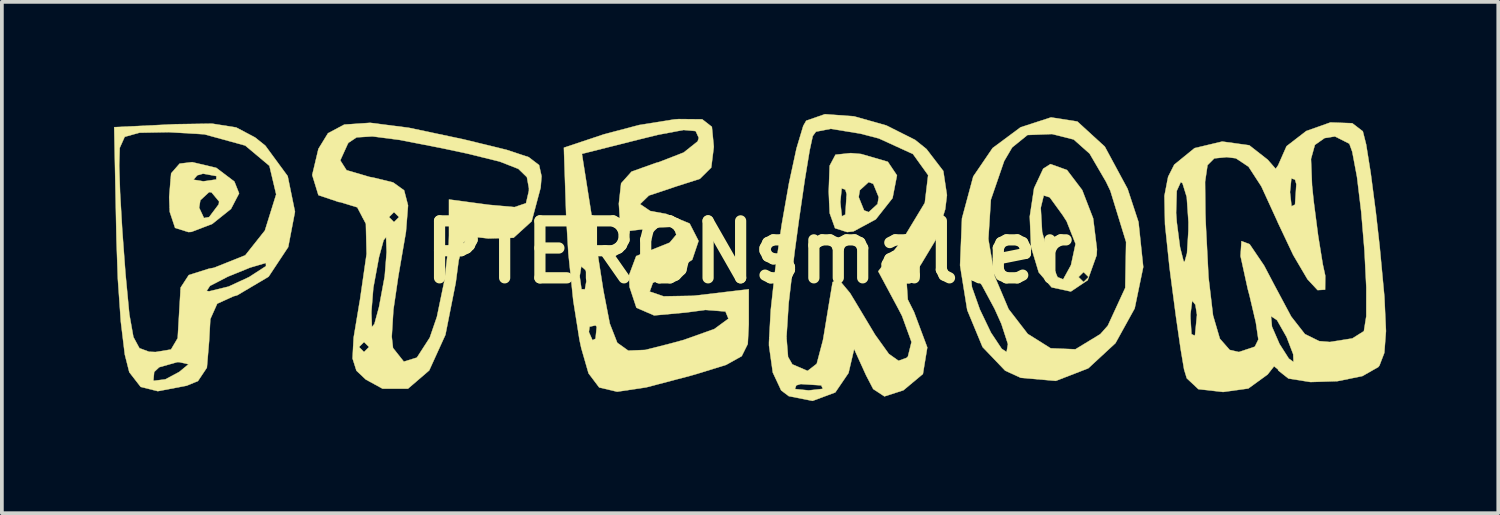
<source format=kicad_pcb>
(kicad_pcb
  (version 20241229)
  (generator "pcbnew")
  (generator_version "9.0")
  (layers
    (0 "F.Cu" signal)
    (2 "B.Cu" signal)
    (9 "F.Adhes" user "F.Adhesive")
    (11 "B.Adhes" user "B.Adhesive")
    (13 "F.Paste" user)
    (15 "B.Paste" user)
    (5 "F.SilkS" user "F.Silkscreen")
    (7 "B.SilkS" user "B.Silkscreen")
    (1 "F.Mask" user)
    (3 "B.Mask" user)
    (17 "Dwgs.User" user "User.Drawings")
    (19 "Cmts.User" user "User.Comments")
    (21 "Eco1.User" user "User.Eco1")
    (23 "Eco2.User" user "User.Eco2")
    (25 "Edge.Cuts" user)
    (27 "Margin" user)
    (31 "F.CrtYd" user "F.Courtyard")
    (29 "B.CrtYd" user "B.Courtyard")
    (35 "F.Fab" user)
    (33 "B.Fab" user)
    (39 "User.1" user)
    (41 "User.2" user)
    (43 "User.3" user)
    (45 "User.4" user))
  (footprint "PTERONsmaller"
    (layer "F.Cu")
    (at 16.983 3.694)
    (property "Reference" "PTERONsmaller" (at 0 0 0) (layer "F.SilkS") (effects (font (size 1.524 1.524) (thickness 0.3))))
    (attr through_hole)
    (fp_poly (pts (xy -14.246 -2.253) (xy -13.762 -1.887) (xy -13.636 -1.57) (xy -13.853 -1.154) (xy -14.354 -0.753) (xy -14.912 -0.54) (xy -14.992 -0.535) (xy -15.349 -0.647) (xy -15.492 -1.077) (xy -15.496 -1.187) (xy -14.705 -1.187) (xy -14.576 -0.911) (xy -14.438 -0.936) (xy -14.181 -1.278) (xy -14.171 -1.353) (xy -14.374 -1.597) (xy -14.438 -1.604) (xy -14.673 -1.387) (xy -14.705 -1.187) (xy -15.496 -1.187) (xy -15.507 -1.471) (xy -15.469 -1.936) (xy -14.857 -1.936) (xy -14.594 -1.893) (xy -14.247 -1.942) (xy -14.243 -2.033) (xy -14.601 -2.097) (xy -14.755 -2.054) (xy -14.857 -1.936) (xy -15.469 -1.936) (xy -15.454 -2.107) (xy -15.228 -2.366) (xy -14.892 -2.406) (xy -14.246 -2.253)) (stroke (width 0.01) (type solid)) (fill yes) (layer "F.SilkS"))
    (fp_poly (pts (xy 3.006 -2.624) (xy 3.72 -2.416) (xy 3.965 -2.052) (xy 3.847 -1.444) (xy 3.399 -0.876) (xy 2.8 -0.553) (xy 2.632 -0.535) (xy 2.308 -0.639) (xy 2.165 -1.041) (xy 2.151 -1.337) (xy 2.449 -1.337) (xy 2.491 -0.957) (xy 2.583 -1.003) (xy 2.614 -1.471) (xy 2.941 -1.471) (xy 3.085 -1.115) (xy 3.208 -1.069) (xy 3.446 -1.286) (xy 3.476 -1.471) (xy 3.331 -1.826) (xy 3.208 -1.872) (xy 2.971 -1.655) (xy 2.941 -1.471) (xy 2.614 -1.471) (xy 2.619 -1.55) (xy 2.583 -1.671) (xy 2.486 -1.705) (xy 2.449 -1.337) (xy 2.151 -1.337) (xy 2.139 -1.621) (xy 2.164 -2.31) (xy 2.32 -2.605) (xy 2.728 -2.648) (xy 3.006 -2.624)) (stroke (width 0.01) (type solid)) (fill yes) (layer "F.SilkS"))
    (fp_poly (pts (xy 8.514 -2.195) (xy 8.921 -1.659) (xy 9.214 -0.901) (xy 9.316 -0.076) (xy 9.307 0.084) (xy 9.068 0.753) (xy 8.617 1.055) (xy 8.103 0.944) (xy 7.757 0.541) (xy 7.552 -0.139) (xy 7.518 -0.95) (xy 7.554 -1.186) (xy 7.812 -1.186) (xy 7.849 -0.539) (xy 8.038 0.151) (xy 8.262 0.671) (xy 8.413 0.73) (xy 8.446 0.668) (xy 8.823 0.668) (xy 8.957 0.802) (xy 9.091 0.668) (xy 8.957 0.535) (xy 8.823 0.668) (xy 8.446 0.668) (xy 8.61 0.369) (xy 8.622 0.343) (xy 8.743 -0.219) (xy 8.504 -0.824) (xy 8.395 -0.993) (xy 8.053 -1.464) (xy 7.892 -1.514) (xy 7.812 -1.186) (xy 7.554 -1.186) (xy 7.633 -1.708) (xy 7.878 -2.231) (xy 8.072 -2.354) (xy 8.514 -2.195)) (stroke (width 0.01) (type solid)) (fill yes) (layer "F.SilkS"))
    (fp_poly (pts (xy 8.791 -3.493) (xy 9.526 -2.821) (xy 10.135 -1.692) (xy 10.427 -0.805) (xy 10.554 0.4) (xy 10.325 1.507) (xy 9.811 2.437) (xy 9.083 3.11) (xy 8.215 3.446) (xy 7.278 3.364) (xy 6.86 3.173) (xy 6.255 2.541) (xy 5.845 1.552) (xy 5.685 0.559) (xy 5.935 0.559) (xy 5.971 0.937) (xy 6.183 1.536) (xy 6.479 2.154) (xy 6.767 2.587) (xy 6.898 2.674) (xy 6.934 2.462) (xy 6.758 1.92) (xy 6.578 1.52) (xy 6.24 0.892) (xy 5.999 0.565) (xy 5.935 0.559) (xy 5.685 0.559) (xy 5.653 0.355) (xy 5.682 -0.346) (xy 6.41 -0.346) (xy 6.583 0.655) (xy 6.951 1.525) (xy 7.464 2.19) (xy 8.077 2.574) (xy 8.739 2.601) (xy 9.406 2.195) (xy 9.606 1.969) (xy 10.072 0.958) (xy 10.095 -0.271) (xy 9.674 -1.64) (xy 9.558 -1.882) (xy 9.12 -2.633) (xy 8.693 -3.012) (xy 8.121 -3.156) (xy 8.103 -3.157) (xy 7.457 -3.132) (xy 7.047 -2.8) (xy 6.833 -2.435) (xy 6.477 -1.401) (xy 6.41 -0.346) (xy 5.682 -0.346) (xy 5.704 -0.901) (xy 6.006 -2.023) (xy 6.524 -2.783) (xy 7.273 -3.339) (xy 8.087 -3.603) (xy 8.791 -3.493)) (stroke (width 0.01) (type solid)) (fill yes) (layer "F.SilkS"))
    (fp_poly (pts (xy -13.714 -3.334) (xy -13.209 -3.067) (xy -12.935 -2.848) (xy -12.336 -2.032) (xy -12.141 -1.079) (xy -12.322 -0.134) (xy -12.847 0.659) (xy -13.687 1.156) (xy -13.789 1.184) (xy -14.222 1.381) (xy -14.406 1.793) (xy -14.438 2.38) (xy -14.498 3.093) (xy -14.736 3.45) (xy -15.039 3.575) (xy -15.811 3.722) (xy -16.269 3.607) (xy -16.395 3.445) (xy -15.93 3.445) (xy -15.611 3.405) (xy -15.24 3.208) (xy -14.989 3.001) (xy -15.23 2.946) (xy -15.291 2.945) (xy -15.774 3.081) (xy -15.908 3.208) (xy -15.93 3.445) (xy -16.395 3.445) (xy -16.574 3.214) (xy -16.694 2.74) (xy -16.8 1.865) (xy -16.88 0.721) (xy -16.917 -0.329) (xy -16.957 -2.313) (xy -16.844 -2.313) (xy -16.821 -1.6) (xy -16.761 -0.57) (xy -16.677 0.561) (xy -16.671 0.628) (xy -16.573 1.662) (xy -16.464 2.273) (xy -16.303 2.571) (xy -16.045 2.667) (xy -15.869 2.674) (xy -15.458 2.606) (xy -15.279 2.303) (xy -15.24 1.634) (xy -15.205 1.04) (xy -14.504 1.04) (xy -14.438 1.05) (xy -13.918 0.923) (xy -13.368 0.668) (xy -12.917 0.376) (xy -12.92 0.291) (xy -13.341 0.415) (xy -13.939 0.658) (xy -14.415 0.904) (xy -14.504 1.04) (xy -15.205 1.04) (xy -15.2 0.95) (xy -14.983 0.616) (xy -14.45 0.447) (xy -14.305 0.419) (xy -13.471 0.086) (xy -12.946 -0.576) (xy -12.644 -1.544) (xy -12.825 -2.308) (xy -13.472 -2.85) (xy -14.566 -3.151) (xy -15.52 -3.208) (xy -16.306 -3.193) (xy -16.697 -3.083) (xy -16.83 -2.786) (xy -16.844 -2.313) (xy -16.957 -2.313) (xy -16.978 -3.342) (xy -15.336 -3.421) (xy -14.358 -3.436) (xy -13.714 -3.334)) (stroke (width 0.01) (type solid)) (fill yes) (layer "F.SilkS"))
    (fp_poly (pts (xy 2.815 -3.632) (xy 3.68 -3.388) (xy 4.451 -3.001) (xy 4.754 -2.757) (xy 5.205 -2.169) (xy 5.302 -1.524) (xy 5.256 -1.145) (xy 5.001 -0.325) (xy 4.595 0.35) (xy 4.575 0.373) (xy 4.226 0.841) (xy 4.254 1.269) (xy 4.422 1.604) (xy 4.776 2.551) (xy 4.659 3.262) (xy 4.137 3.698) (xy 3.629 3.861) (xy 3.33 3.665) (xy 3.14 3.3) (xy 2.819 2.594) (xy 2.669 3.235) (xy 2.315 3.755) (xy 1.707 3.981) (xy 1.071 3.855) (xy 0.867 3.701) (xy 0.85 3.664) (xy 1.236 3.664) (xy 1.604 3.701) (xy 1.984 3.659) (xy 1.938 3.566) (xy 1.391 3.531) (xy 1.27 3.566) (xy 1.236 3.664) (xy 0.85 3.664) (xy 0.643 3.223) (xy 0.541 2.499) (xy 0.541 2.42) (xy 0.548 2.28) (xy 1.009 2.28) (xy 1.051 2.804) (xy 1.166 3.004) (xy 1.573 3.179) (xy 1.818 2.989) (xy 1.985 2.356) (xy 2.011 2.206) (xy 2.137 1.438) (xy 2.234 0.858) (xy 2.244 0.802) (xy 2.395 0.719) (xy 2.709 1.096) (xy 2.827 1.29) (xy 3.378 2.209) (xy 3.748 2.725) (xy 4.007 2.908) (xy 4.22 2.831) (xy 4.257 2.797) (xy 4.354 2.406) (xy 4.101 1.71) (xy 4.001 1.517) (xy 3.464 0.515) (xy 4.138 -0.37) (xy 4.71 -1.317) (xy 4.799 -2.058) (xy 4.393 -2.623) (xy 3.481 -3.04) (xy 2.98 -3.17) (xy 2.194 -3.298) (xy 1.798 -3.221) (xy 1.712 -3.105) (xy 1.628 -2.717) (xy 1.498 -1.926) (xy 1.343 -0.859) (xy 1.225 0.013) (xy 1.067 1.373) (xy 1.009 2.28) (xy 0.548 2.28) (xy 0.589 1.545) (xy 0.709 0.452) (xy 0.879 -0.723) (xy 1.076 -1.843) (xy 1.277 -2.773) (xy 1.458 -3.377) (xy 1.537 -3.515) (xy 2.038 -3.689) (xy 2.815 -3.632)) (stroke (width 0.01) (type solid)) (fill yes) (layer "F.SilkS"))
    (fp_poly (pts (xy -1.245 -3.552) (xy -0.987 -3.351) (xy -0.936 -2.827) (xy -0.936 -2.807) (xy -1.004 -2.261) (xy -1.309 -1.959) (xy -1.938 -1.758) (xy -2.672 -1.513) (xy -2.908 -1.283) (xy -2.637 -1.099) (xy -2.206 -1.02) (xy -1.582 -0.764) (xy -1.343 -0.298) (xy -1.512 0.204) (xy -1.987 0.528) (xy -2.567 0.826) (xy -2.651 1.057) (xy -2.278 1.184) (xy -1.487 1.17) (xy -1.337 1.153) (xy 0 0.995) (xy 0 1.933) (xy -0.027 2.459) (xy -0.189 2.785) (xy -0.607 3.018) (xy -1.404 3.264) (xy -1.555 3.307) (xy -2.741 3.619) (xy -3.521 3.736) (xy -4.002 3.622) (xy -4.287 3.244) (xy -4.482 2.568) (xy -4.531 2.339) (xy -4.562 2.139) (xy -4.278 2.139) (xy -4.18 2.359) (xy -4.1 2.317) (xy -4.068 2) (xy -4.1 1.961) (xy -4.259 1.997) (xy -4.278 2.139) (xy -4.562 2.139) (xy -4.696 1.297) (xy -4.763 0.646) (xy -4.524 0.646) (xy -4.475 0.993) (xy -4.384 0.997) (xy -4.32 0.639) (xy -4.363 0.485) (xy -4.481 0.383) (xy -4.524 0.646) (xy -4.763 0.646) (xy -4.827 0.032) (xy -4.884 -0.929) (xy -4.941 -2.628) (xy -4.464 -2.628) (xy -4.099 -0.312) (xy -3.89 1.027) (xy -3.718 1.915) (xy -3.518 2.427) (xy -3.224 2.637) (xy -2.77 2.618) (xy -2.091 2.446) (xy -1.742 2.351) (xy -0.92 2.058) (xy -0.544 1.782) (xy -0.623 1.59) (xy -1.16 1.548) (xy -1.67 1.616) (xy -2.532 1.695) (xy -3.006 1.489) (xy -3.19 0.935) (xy -3.204 0.62) (xy -3.012 0.107) (xy -2.628 -0.048) (xy -2.117 -0.252) (xy -1.938 -0.466) (xy -2.017 -0.675) (xy -2.514 -0.658) (xy -2.652 -0.633) (xy -3.222 -0.563) (xy -3.441 -0.762) (xy -3.476 -1.293) (xy -3.415 -1.84) (xy -3.135 -2.153) (xy -2.487 -2.384) (xy -2.406 -2.406) (xy -1.741 -2.664) (xy -1.367 -2.962) (xy -1.337 -3.055) (xy -1.421 -3.237) (xy -1.747 -3.266) (xy -2.423 -3.139) (xy -2.9 -3.022) (xy -4.464 -2.628) (xy -4.941 -2.628) (xy -4.946 -2.793) (xy -3.877 -3.15) (xy -2.93 -3.4) (xy -1.996 -3.549) (xy -1.872 -3.558) (xy -1.245 -3.552)) (stroke (width 0.01) (type solid)) (fill yes) (layer "F.SilkS"))
    (fp_poly (pts (xy -9.097 -3.326) (xy -7.646 -3.019) (xy -7.486 -2.981) (xy -6.478 -2.735) (xy -5.887 -2.539) (xy -5.61 -2.327) (xy -5.544 -2.03) (xy -5.568 -1.725) (xy -5.809 -0.822) (xy -6.293 -0.382) (xy -6.968 -0.364) (xy -7.395 -0.413) (xy -7.63 -0.258) (xy -7.761 0.222) (xy -7.84 0.821) (xy -8.116 2.214) (xy -8.55 3.167) (xy -9.118 3.655) (xy -9.797 3.655) (xy -10.246 3.41) (xy -10.497 3.173) (xy -10.601 2.846) (xy -10.585 2.54) (xy -10.427 2.54) (xy -10.294 2.674) (xy -10.16 2.54) (xy -10.294 2.406) (xy -10.427 2.54) (xy -10.585 2.54) (xy -10.571 2.287) (xy -10.457 1.604) (xy -10.097 1.604) (xy -10.083 2.003) (xy -10.016 1.924) (xy -9.893 1.471) (xy -9.74 0.647) (xy -9.689 0) (xy -9.703 -0.399) (xy -9.769 -0.32) (xy -9.893 0.134) (xy -10.045 0.957) (xy -10.097 1.604) (xy -10.457 1.604) (xy -10.416 1.355) (xy -10.404 1.292) (xy -10.225 0.05) (xy -10.244 -0.757) (xy -10.338 -0.936) (xy -9.625 -0.936) (xy -9.492 -0.802) (xy -9.358 -0.936) (xy -9.492 -1.069) (xy -9.625 -0.936) (xy -10.338 -0.936) (xy -10.475 -1.197) (xy -10.932 -1.337) (xy -10.962 -1.337) (xy -11.514 -1.523) (xy -11.68 -2.062) (xy -11.587 -2.453) (xy -10.929 -2.453) (xy -10.762 -2.191) (xy -10.148 -2.011) (xy -10.026 -1.988) (xy -9.516 -1.863) (xy -9.221 -1.652) (xy -9.116 -1.248) (xy -9.172 -0.541) (xy -9.364 0.577) (xy -9.376 0.646) (xy -9.508 1.547) (xy -9.552 2.265) (xy -9.518 2.566) (xy -9.229 2.931) (xy -8.879 2.823) (xy -8.535 2.29) (xy -8.344 1.734) (xy -8.14 0.75) (xy -8.028 -0.214) (xy -8.021 -0.44) (xy -8.021 -1.407) (xy -6.952 -1.264) (xy -6.267 -1.203) (xy -5.96 -1.307) (xy -5.883 -1.638) (xy -5.882 -1.708) (xy -5.936 -2.004) (xy -6.164 -2.226) (xy -6.666 -2.422) (xy -7.543 -2.638) (xy -8.191 -2.776) (xy -9.337 -3) (xy -10.069 -3.095) (xy -10.492 -3.069) (xy -10.709 -2.925) (xy -10.727 -2.898) (xy -10.929 -2.453) (xy -11.587 -2.453) (xy -11.514 -2.761) (xy -11.257 -3.18) (xy -10.822 -3.411) (xy -10.129 -3.458) (xy -9.097 -3.326)) (stroke (width 0.01) (type solid)) (fill yes) (layer "F.SilkS"))
    (fp_poly (pts (xy 16.147 -3.447) (xy 16.429 -3.231) (xy 16.518 -2.878) (xy 16.64 -2.114) (xy 16.777 -1.063) (xy 16.879 -0.157) (xy 17.006 1.195) (xy 17.048 2.114) (xy 17.004 2.696) (xy 16.874 3.035) (xy 16.844 3.075) (xy 16.417 3.318) (xy 15.749 3.454) (xy 15.027 3.477) (xy 14.438 3.383) (xy 14.165 3.167) (xy 14.162 3.142) (xy 14.054 3.055) (xy 13.882 3.275) (xy 13.365 3.65) (xy 12.692 3.743) (xy 12.029 3.668) (xy 11.719 3.377) (xy 11.647 3.142) (xy 11.555 2.595) (xy 11.431 1.738) (xy 11.816 1.738) (xy 11.845 2.195) (xy 11.929 2.235) (xy 11.94 2.211) (xy 11.992 1.68) (xy 11.949 1.409) (xy 11.864 1.3) (xy 11.818 1.655) (xy 11.816 1.738) (xy 11.431 1.738) (xy 11.425 1.693) (xy 11.283 0.615) (xy 11.256 0.401) (xy 11.136 -0.745) (xy 11.13 -1.047) (xy 11.433 -1.047) (xy 11.451 -0.802) (xy 11.538 -0.133) (xy 11.632 0.24) (xy 11.659 0.267) (xy 11.725 0.03) (xy 11.762 -0.563) (xy 11.764 -0.802) (xy 11.718 -1.472) (xy 11.603 -1.844) (xy 11.557 -1.872) (xy 11.45 -1.636) (xy 11.433 -1.047) (xy 11.13 -1.047) (xy 11.121 -1.504) (xy 11.193 -1.879) (xy 12.208 -1.879) (xy 12.217 -1.043) (xy 12.225 -0.802) (xy 12.301 0.678) (xy 12.421 1.695) (xy 12.604 2.318) (xy 12.867 2.618) (xy 13.113 2.674) (xy 13.54 2.531) (xy 13.634 2.339) (xy 13.566 1.879) (xy 13.527 1.714) (xy 13.972 1.714) (xy 13.998 1.995) (xy 14.2 2.459) (xy 14.449 2.849) (xy 14.575 2.941) (xy 14.566 2.733) (xy 14.389 2.272) (xy 14.134 1.823) (xy 13.972 1.714) (xy 13.527 1.714) (xy 13.397 1.162) (xy 13.35 0.987) (xy 13.157 0.106) (xy 13.182 -0.294) (xy 13.401 -0.21) (xy 13.789 0.363) (xy 14.055 0.869) (xy 14.513 1.726) (xy 14.879 2.194) (xy 15.26 2.382) (xy 15.547 2.406) (xy 16.149 2.31) (xy 16.457 2.116) (xy 16.521 1.717) (xy 16.522 0.947) (xy 16.473 -0.037) (xy 16.386 -1.075) (xy 16.273 -2.011) (xy 16.146 -2.685) (xy 16.068 -2.9) (xy 15.683 -3.094) (xy 15.404 -3.049) (xy 15.146 -2.867) (xy 15.042 -2.492) (xy 15.07 -1.786) (xy 15.113 -1.369) (xy 15.233 -0.442) (xy 15.357 0.325) (xy 15.424 0.633) (xy 15.42 1.006) (xy 15.219 1.018) (xy 14.949 0.729) (xy 14.567 0.08) (xy 14.155 -0.791) (xy 14.144 -0.818) (xy 13.784 -1.604) (xy 14.48 -1.604) (xy 14.522 -1.225) (xy 14.615 -1.27) (xy 14.65 -1.817) (xy 14.615 -1.938) (xy 14.517 -1.972) (xy 14.48 -1.604) (xy 13.784 -1.604) (xy 13.715 -1.755) (xy 13.371 -2.284) (xy 13.032 -2.509) (xy 12.789 -2.54) (xy 12.455 -2.507) (xy 12.274 -2.326) (xy 12.208 -1.879) (xy 11.193 -1.879) (xy 11.22 -2.015) (xy 11.384 -2.339) (xy 11.927 -2.781) (xy 12.667 -2.957) (xy 13.391 -2.857) (xy 13.882 -2.473) (xy 14.098 -2.227) (xy 14.162 -2.32) (xy 14.388 -2.832) (xy 14.916 -3.239) (xy 15.563 -3.468) (xy 16.147 -3.447)) (stroke (width 0.01) (type solid)) (fill yes) (layer "F.SilkS")))
  (gr_rect
    (start -3 -3)
    (end 37.036 10.68)
    (stroke (width 0.1) (type default))
    (fill no)
    (layer "Edge.Cuts")))
</source>
